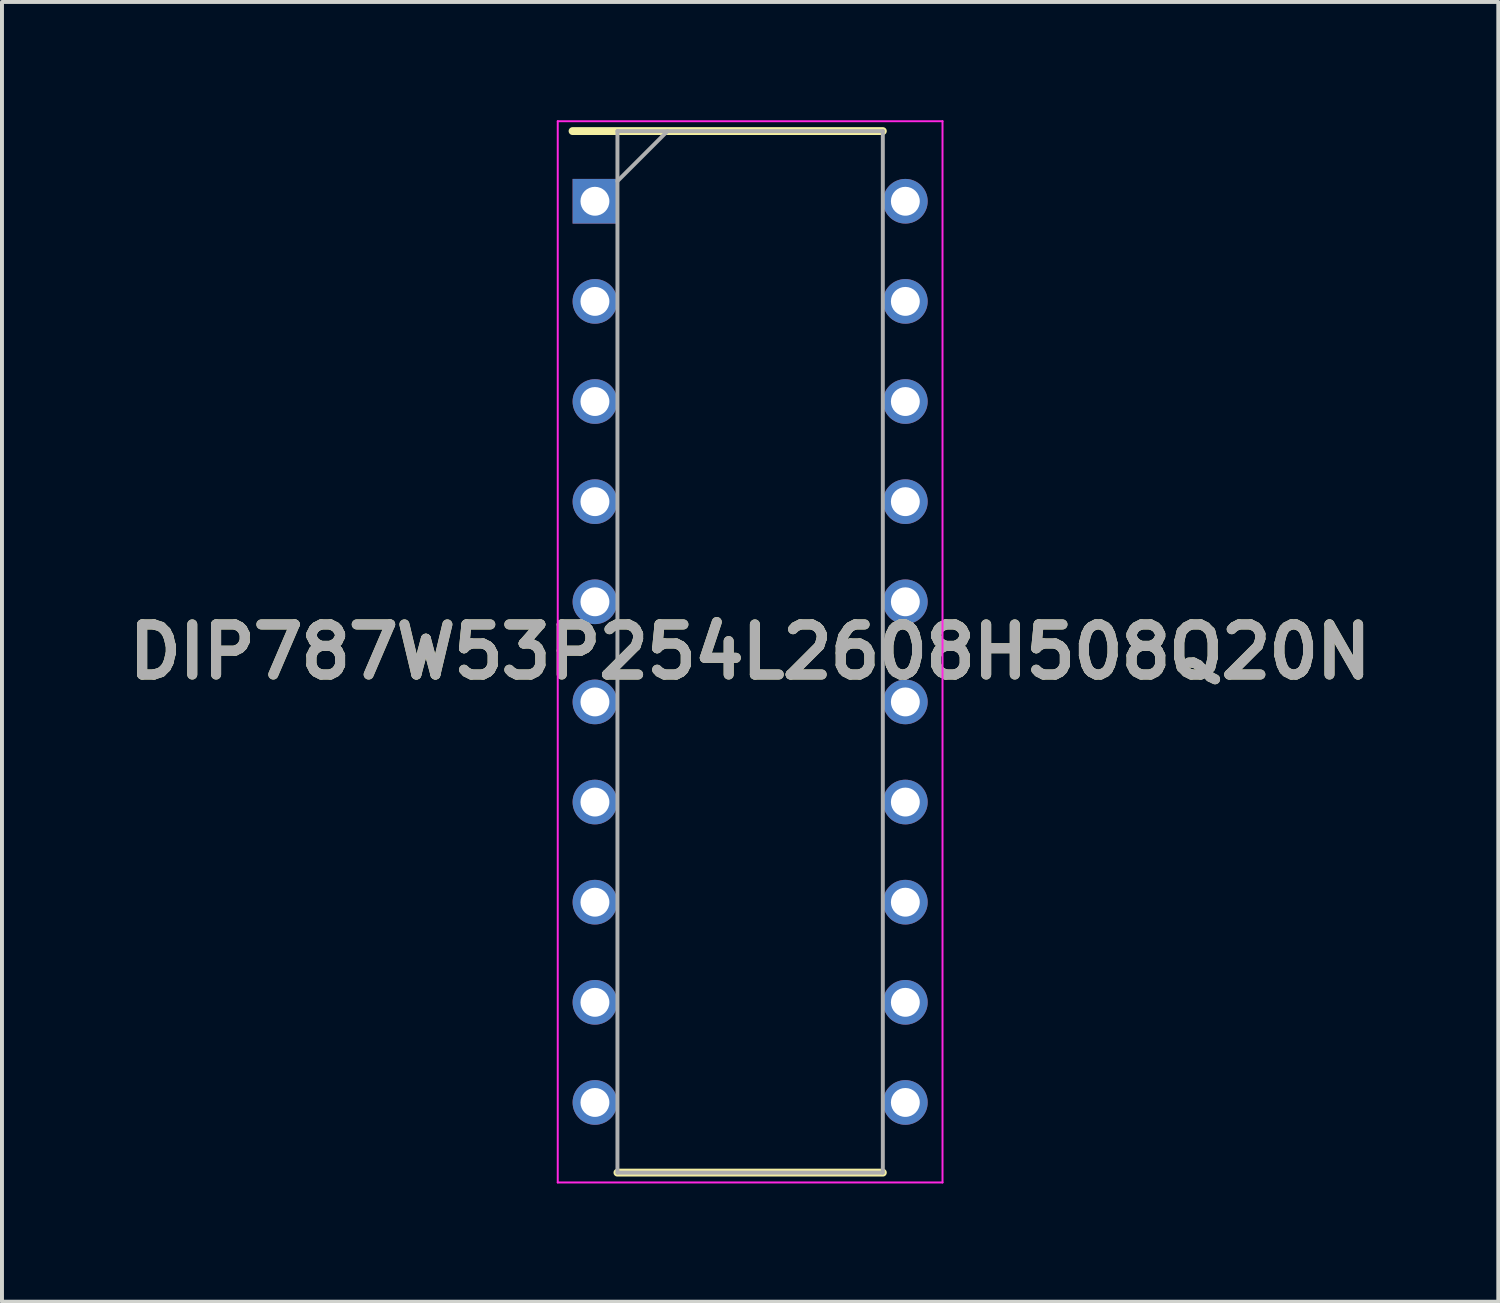
<source format=kicad_pcb>
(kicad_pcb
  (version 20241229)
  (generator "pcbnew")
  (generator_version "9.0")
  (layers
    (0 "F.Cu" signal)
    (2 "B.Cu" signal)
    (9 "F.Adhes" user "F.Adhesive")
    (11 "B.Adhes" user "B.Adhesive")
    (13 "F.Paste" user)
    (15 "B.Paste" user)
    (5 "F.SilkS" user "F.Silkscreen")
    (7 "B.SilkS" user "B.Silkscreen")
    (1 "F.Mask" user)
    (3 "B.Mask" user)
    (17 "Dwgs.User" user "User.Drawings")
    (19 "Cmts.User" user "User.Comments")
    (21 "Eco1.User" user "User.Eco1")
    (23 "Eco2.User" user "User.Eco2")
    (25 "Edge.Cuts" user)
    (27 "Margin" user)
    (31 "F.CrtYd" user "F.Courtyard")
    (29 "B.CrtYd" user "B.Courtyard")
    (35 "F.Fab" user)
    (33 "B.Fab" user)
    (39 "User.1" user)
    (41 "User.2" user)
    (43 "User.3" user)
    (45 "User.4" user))
  (footprint "DIP787W53P254L2608H508Q20N"
    (layer "F.Cu")
    (at 15.978 13.485)
    (property "Reference" "DIP787W53P254L2608H508Q20N" (at 0 0 0) (layer "F.SilkS") (effects (font (size 1.27 1.27) (thickness 0.254))))
    (attr through_hole)
    (fp_line (start -4.504 -13.21) (end 3.366 -13.21) (stroke (width 0.2) (type solid)) (layer "F.SilkS"))
    (fp_line (start -3.366 13.21) (end 3.366 13.21) (stroke (width 0.2) (type solid)) (layer "F.SilkS"))
    (fp_line (start -4.88 -13.46) (end 4.88 -13.46) (stroke (width 0.05) (type solid)) (layer "F.CrtYd"))
    (fp_line (start -4.88 13.46) (end -4.88 -13.46) (stroke (width 0.05) (type solid)) (layer "F.CrtYd"))
    (fp_line (start 4.88 -13.46) (end 4.88 13.46) (stroke (width 0.05) (type solid)) (layer "F.CrtYd"))
    (fp_line (start 4.88 13.46) (end -4.88 13.46) (stroke (width 0.05) (type solid)) (layer "F.CrtYd"))
    (fp_line (start -3.366 -13.21) (end 3.366 -13.21) (stroke (width 0.1) (type solid)) (layer "F.Fab"))
    (fp_line (start -3.366 -11.94) (end -2.096 -13.21) (stroke (width 0.1) (type solid)) (layer "F.Fab"))
    (fp_line (start -3.366 13.21) (end -3.366 -13.21) (stroke (width 0.1) (type solid)) (layer "F.Fab"))
    (fp_line (start 3.366 -13.21) (end 3.366 13.21) (stroke (width 0.1) (type solid)) (layer "F.Fab"))
    (fp_line (start 3.366 13.21) (end -3.366 13.21) (stroke (width 0.1) (type solid)) (layer "F.Fab"))
    (fp_text user "${REFERENCE}" (at 0 0 0) (layer "F.Fab") (effects (font (size 1.27 1.27) (thickness 0.254))))
    (pad "1" thru_hole rect (at -3.937 -11.43) (size 1.133 1.133) (drill 0.733) (layers "*.Cu" "*.Mask"))
    (pad "2" thru_hole circle (at -3.937 -8.89) (size 1.133 1.133) (drill 0.733) (layers "*.Cu" "*.Mask"))
    (pad "3" thru_hole circle (at -3.937 -6.35) (size 1.133 1.133) (drill 0.733) (layers "*.Cu" "*.Mask"))
    (pad "4" thru_hole circle (at -3.937 -3.81) (size 1.133 1.133) (drill 0.733) (layers "*.Cu" "*.Mask"))
    (pad "5" thru_hole circle (at -3.937 -1.27) (size 1.133 1.133) (drill 0.733) (layers "*.Cu" "*.Mask"))
    (pad "6" thru_hole circle (at -3.937 1.27) (size 1.133 1.133) (drill 0.733) (layers "*.Cu" "*.Mask"))
    (pad "7" thru_hole circle (at -3.937 3.81) (size 1.133 1.133) (drill 0.733) (layers "*.Cu" "*.Mask"))
    (pad "8" thru_hole circle (at -3.937 6.35) (size 1.133 1.133) (drill 0.733) (layers "*.Cu" "*.Mask"))
    (pad "9" thru_hole circle (at -3.937 8.89) (size 1.133 1.133) (drill 0.733) (layers "*.Cu" "*.Mask"))
    (pad "10" thru_hole circle (at -3.937 11.43) (size 1.133 1.133) (drill 0.733) (layers "*.Cu" "*.Mask"))
    (pad "11" thru_hole circle (at 3.937 11.43) (size 1.133 1.133) (drill 0.733) (layers "*.Cu" "*.Mask"))
    (pad "12" thru_hole circle (at 3.937 8.89) (size 1.133 1.133) (drill 0.733) (layers "*.Cu" "*.Mask"))
    (pad "13" thru_hole circle (at 3.937 6.35) (size 1.133 1.133) (drill 0.733) (layers "*.Cu" "*.Mask"))
    (pad "14" thru_hole circle (at 3.937 3.81) (size 1.133 1.133) (drill 0.733) (layers "*.Cu" "*.Mask"))
    (pad "15" thru_hole circle (at 3.937 1.27) (size 1.133 1.133) (drill 0.733) (layers "*.Cu" "*.Mask"))
    (pad "16" thru_hole circle (at 3.937 -1.27) (size 1.133 1.133) (drill 0.733) (layers "*.Cu" "*.Mask"))
    (pad "17" thru_hole circle (at 3.937 -3.81) (size 1.133 1.133) (drill 0.733) (layers "*.Cu" "*.Mask"))
    (pad "18" thru_hole circle (at 3.937 -6.35) (size 1.133 1.133) (drill 0.733) (layers "*.Cu" "*.Mask"))
    (pad "19" thru_hole circle (at 3.937 -8.89) (size 1.133 1.133) (drill 0.733) (layers "*.Cu" "*.Mask"))
    (pad "20" thru_hole circle (at 3.937 -11.43) (size 1.133 1.133) (drill 0.733) (layers "*.Cu" "*.Mask")))
  (gr_rect
    (start -3 -3)
    (end 34.956 29.97)
    (stroke (width 0.1) (type default))
    (fill no)
    (layer "Edge.Cuts")))
</source>
